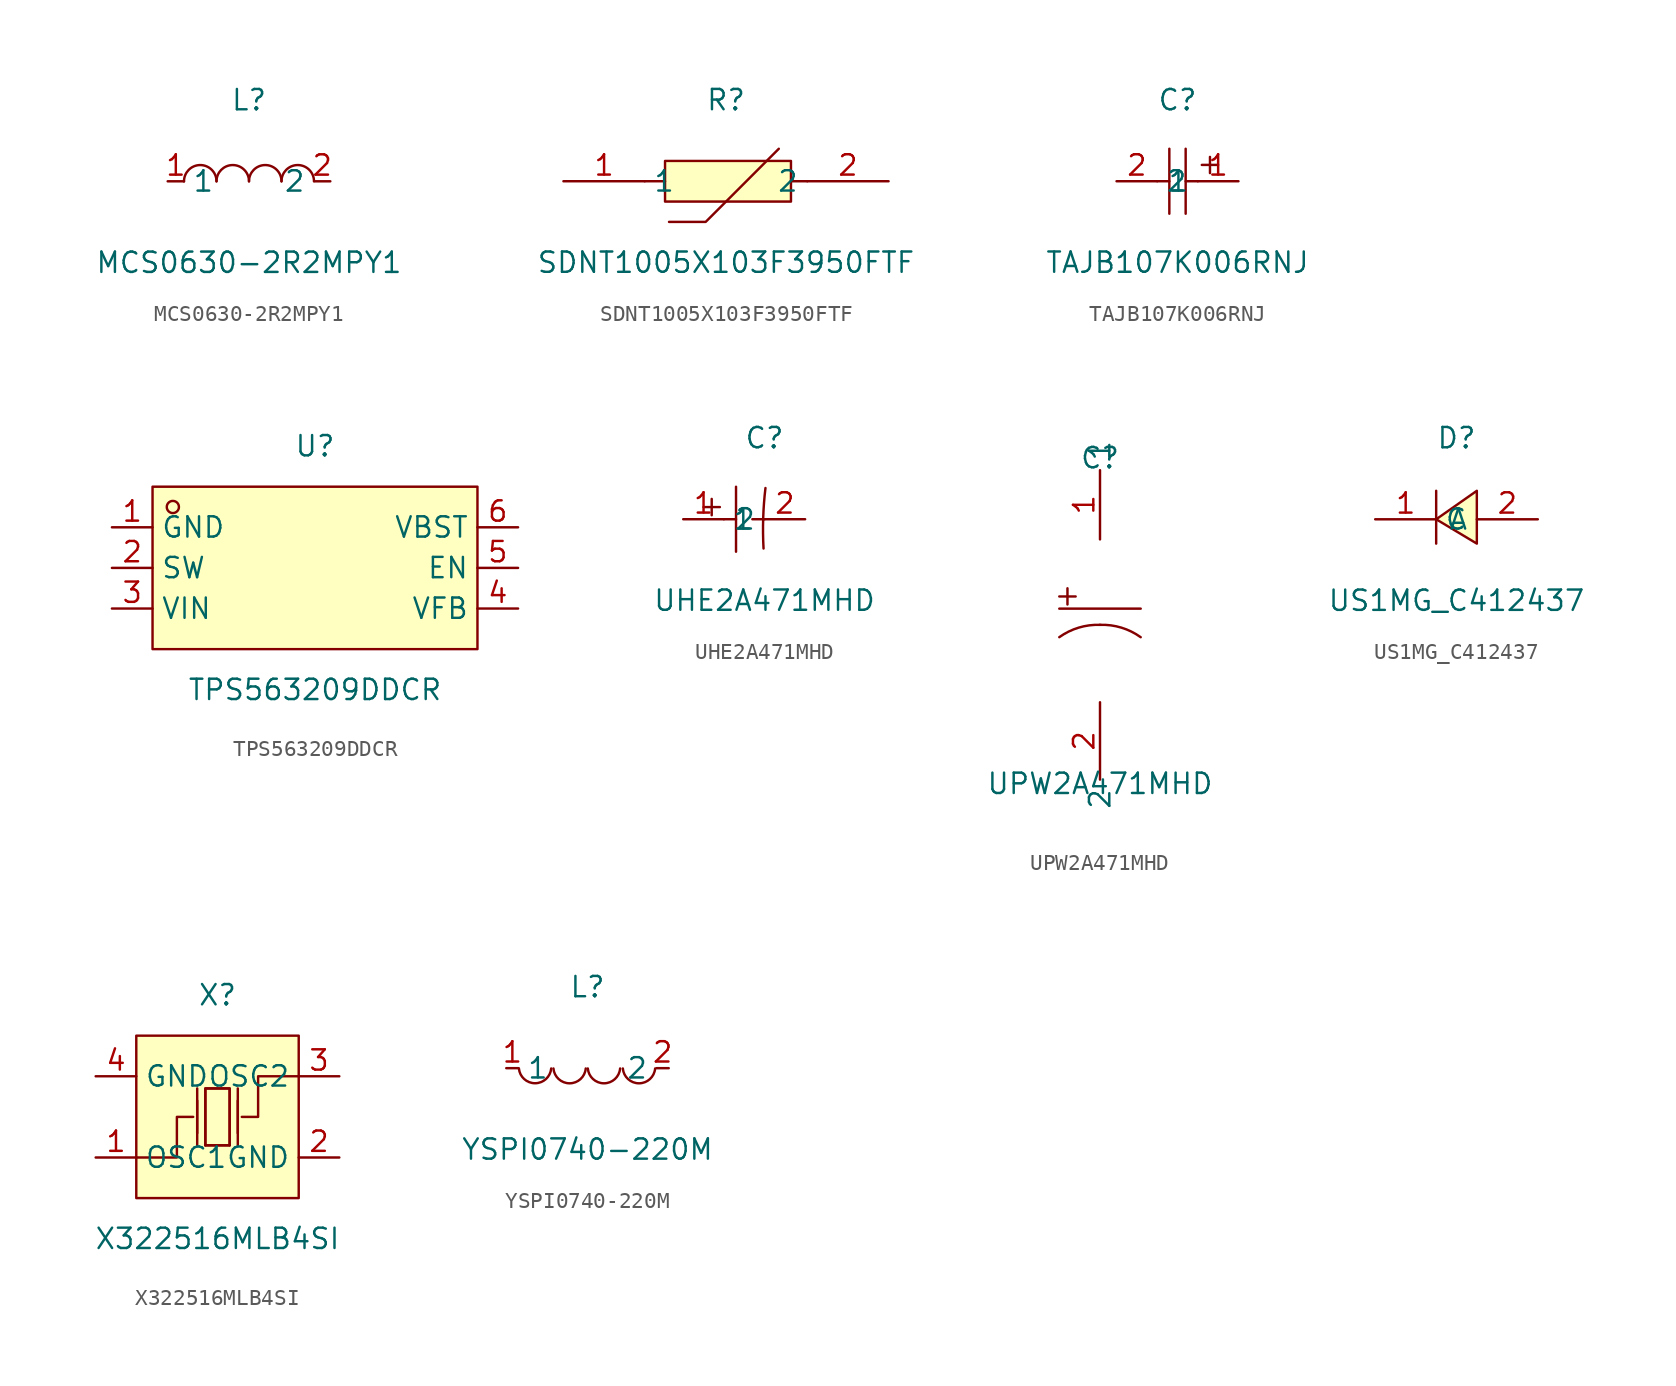
<source format=kicad_sym>
(kicad_symbol_lib
  (version 20211014)
  (generator https://github.com/uPesy/easyeda2kicad.py)
  (symbol "MCS0630-2R2MPY1"
    (property "Reference" "L"
      (at 0 5.08 0)
      (effects (font (size 1.27 1.27))))
    (property "Value" "MCS0630-2R2MPY1"
      (at 0 -5.08 0)
      (effects (font (size 1.27 1.27))))
    (symbol "MCS0630-2R2MPY1_0_1"
      (arc (start -2.03 0.01) (mid -3.055 1.013) (end -4.06 -0.01) (stroke (width 0) (type default) (color 0 0 0 0)) (fill (type none)))
      (arc (start 0 0.01) (mid -1.025 1.013) (end -2.03 -0.01) (stroke (width 0) (type default) (color 0 0 0 0)) (fill (type none)))
      (arc (start 2.03 0.01) (mid 1.005 1.013) (end 0 -0.01) (stroke (width 0) (type default) (color 0 0 0 0)) (fill (type none)))
      (arc (start 4.06 0.01) (mid 3.035 1.013) (end 2.03 -0.01) (stroke (width 0) (type default) (color 0 0 0 0)) (fill (type none)))
      (pin unspecified line (at -5.08 0 0) (length 1.016) (name "1" (effects (font (size 1.27 1.27)))) (number "1" (effects (font (size 1.27 1.27)))))
      (pin unspecified line (at 5.08 0 180) (length 1.016) (name "2" (effects (font (size 1.27 1.27)))) (number "2" (effects (font (size 1.27 1.27)))))))
  (symbol "SDNT1005X103F3950FTF"
    (property "Reference" "R"
      (at 0 5.08 0)
      (effects (font (size 1.27 1.27))))
    (property "Value" "SDNT1005X103F3950FTF"
      (at 0 -5.08 0)
      (effects (font (size 1.27 1.27))))
    (symbol "SDNT1005X103F3950FTF_0_1"
      (rectangle (start -3.81 1.27) (end 4.06 -1.27) (stroke (width 0) (type default) (color 0 0 0 0)) (fill (type background)))
      (polyline (pts (xy -3.81 0) (xy -5.08 0)) (stroke (width 0) (type default) (color 0 0 0 0)) (fill (type none)))
      (polyline (pts (xy 4.06 0) (xy 5.08 0)) (stroke (width 0) (type default) (color 0 0 0 0)) (fill (type none)))
      (polyline (pts (xy -3.56 -2.54) (xy -1.27 -2.54) (xy 3.3 2.03)) (stroke (width 0) (type default) (color 0 0 0 0)) (fill (type none)))
      (pin unspecified line (at -10.16 0 0) (length 5.08) (name "1" (effects (font (size 1.27 1.27)))) (number "1" (effects (font (size 1.27 1.27)))))
      (pin unspecified line (at 10.16 0 180) (length 5.08) (name "2" (effects (font (size 1.27 1.27)))) (number "2" (effects (font (size 1.27 1.27)))))))
  (symbol "TAJB107K006RNJ"
    (property "Reference" "C"
      (at 0 5.08 0)
      (effects (font (size 1.27 1.27))))
    (property "Value" "TAJB107K006RNJ"
      (at 0 -5.08 0)
      (effects (font (size 1.27 1.27))))
    (symbol "TAJB107K006RNJ_0_1"
      (polyline (pts (xy -0.51 0) (xy -1.27 0)) (stroke (width 0) (type default) (color 0 0 0 0)) (fill (type none)))
      (polyline (pts (xy -0.51 2.03) (xy -0.51 -2.03)) (stroke (width 0) (type default) (color 0 0 0 0)) (fill (type none)))
      (polyline (pts (xy 0.51 2.03) (xy 0.51 -2.03)) (stroke (width 0) (type default) (color 0 0 0 0)) (fill (type none)))
      (polyline (pts (xy 1.27 0) (xy 0.51 0)) (stroke (width 0) (type default) (color 0 0 0 0)) (fill (type none)))
      (polyline (pts (xy 2.03 1.52) (xy 2.03 0.51)) (stroke (width 0) (type default) (color 0 0 0 0)) (fill (type none)))
      (polyline (pts (xy 2.54 1.02) (xy 1.52 1.02)) (stroke (width 0) (type default) (color 0 0 0 0)) (fill (type none)))
      (pin input line (at 3.81 0 180) (length 2.54) (name "1" (effects (font (size 1.27 1.27)))) (number "1" (effects (font (size 1.27 1.27)))))
      (pin input line (at -3.81 0 0) (length 2.54) (name "2" (effects (font (size 1.27 1.27)))) (number "2" (effects (font (size 1.27 1.27)))))))
  (symbol "TPS563209DDCR"
    (property "Reference" "U"
      (at 0 7.62 0)
      (effects (font (size 1.27 1.27))))
    (property "Value" "TPS563209DDCR"
      (at 0 -7.62 0)
      (effects (font (size 1.27 1.27))))
    (symbol "TPS563209DDCR_0_1"
      (rectangle (start -10.16 5.08) (end 10.16 -5.08) (stroke (width 0) (type default) (color 0 0 0 0)) (fill (type background)))
      (circle (center -8.89 3.81) (radius 0.38) (stroke (width 0) (type default) (color 0 0 0 0)) (fill (type none)))
      (pin unspecified line (at -12.7 2.54 0) (length 2.54) (name "GND" (effects (font (size 1.27 1.27)))) (number "1" (effects (font (size 1.27 1.27)))))
      (pin unspecified line (at -12.7 0 0) (length 2.54) (name "SW" (effects (font (size 1.27 1.27)))) (number "2" (effects (font (size 1.27 1.27)))))
      (pin unspecified line (at -12.7 -2.54 0) (length 2.54) (name "VIN" (effects (font (size 1.27 1.27)))) (number "3" (effects (font (size 1.27 1.27)))))
      (pin unspecified line (at 12.7 -2.54 180) (length 2.54) (name "VFB" (effects (font (size 1.27 1.27)))) (number "4" (effects (font (size 1.27 1.27)))))
      (pin unspecified line (at 12.7 0 180) (length 2.54) (name "EN" (effects (font (size 1.27 1.27)))) (number "5" (effects (font (size 1.27 1.27)))))
      (pin unspecified line (at 12.7 2.54 180) (length 2.54) (name "VBST" (effects (font (size 1.27 1.27)))) (number "6" (effects (font (size 1.27 1.27)))))))
  (symbol "UHE2A471MHD"
    (property "Reference" "C"
      (at 0 5.08 0)
      (effects (font (size 1.27 1.27))))
    (property "Value" "UHE2A471MHD"
      (at 0 -5.08 0)
      (effects (font (size 1.27 1.27))))
    (symbol "UHE2A471MHD_0_1"
      (polyline (pts (xy -3.81 0.76) (xy -2.79 0.76)) (stroke (width 0) (type default) (color 0 0 0 0)) (fill (type none)))
      (polyline (pts (xy -3.3 1.27) (xy -3.3 0.25)) (stroke (width 0) (type default) (color 0 0 0 0)) (fill (type none)))
      (polyline (pts (xy -2.54 0) (xy -1.78 0)) (stroke (width 0) (type default) (color 0 0 0 0)) (fill (type none)))
      (polyline (pts (xy -1.78 2.03) (xy -1.78 -2.03)) (stroke (width 0) (type default) (color 0 0 0 0)) (fill (type none)))
      (polyline (pts (xy -0.76 0) (xy 0 0)) (stroke (width 0) (type default) (color 0 0 0 0)) (fill (type none)))
      (arc (start 0.06 1.95) (mid -0.05 -2) (end -0.06 -1.83) (stroke (width 0) (type default) (color 0 0 0 0)) (fill (type none)))
      (pin input line (at -5.08 0 0) (length 2.54) (name "1" (effects (font (size 1.27 1.27)))) (number "1" (effects (font (size 1.27 1.27)))))
      (pin input line (at 2.54 0 180) (length 2.54) (name "2" (effects (font (size 1.27 1.27)))) (number "2" (effects (font (size 1.27 1.27)))))))
  (symbol "UPW2A471MHD"
    (property "Reference" "C"
      (at 0 10.16 0)
      (effects (font (size 1.27 1.27))))
    (property "Value" "UPW2A471MHD"
      (at 0 -10.16 0)
      (effects (font (size 1.27 1.27))))
    (symbol "UPW2A471MHD_0_1"
      (rectangle (start -2.54 1.52) (end -1.52 1.52) (stroke (width 0) (type default) (color 0 0 0 0)) (fill (type background)))
      (rectangle (start -2.03 2.03) (end -2.03 1.02) (stroke (width 0) (type default) (color 0 0 0 0)) (fill (type background)))
      (arc (start 0 -0.25) (mid -1.3336 -0.4253) (end -2.54 -1.02) (stroke (width 0) (type default) (color 0 0 0 0)) (fill (type none)))
      (polyline (pts (xy -2.54 0.76) (xy 2.54 0.76)) (stroke (width 0) (type default) (color 0 0 0 0)) (fill (type none)))
      (arc (start 2.54 -1.02) (mid 1.334 -0.4238) (end 0 -0.25) (stroke (width 0) (type default) (color 0 0 0 0)) (fill (type none)))
      (pin unspecified line (at 0 5.08 90) (length 4.318) (name "1" (effects (font (size 1.27 1.27)))) (number "1" (effects (font (size 1.27 1.27)))))
      (pin unspecified line (at 0 -5.08 270) (length 4.826) (name "2" (effects (font (size 1.27 1.27)))) (number "2" (effects (font (size 1.27 1.27)))))))
  (symbol "US1MG_C412437"
    (property "Reference" "D"
      (at 0 5.08 0)
      (effects (font (size 1.27 1.27))))
    (property "Value" "US1MG_C412437"
      (at 0 -5.08 0)
      (effects (font (size 1.27 1.27))))
    (symbol "US1MG_C412437_0_1"
      (polyline (pts (xy -1.27 1.78) (xy -1.27 -1.52)) (stroke (width 0) (type default) (color 0 0 0 0)) (fill (type none)))
      (polyline (pts (xy 1.27 -1.52) (xy -1.27 0) (xy 1.27 1.78) (xy 1.27 -1.52)) (stroke (width 0) (type default) (color 0 0 0 0)) (fill (type background)))
      (pin unspecified line (at -5.08 0 0) (length 3.81) (name "C" (effects (font (size 1.27 1.27)))) (number "1" (effects (font (size 1.27 1.27)))))
      (pin unspecified line (at 5.08 0 180) (length 3.81) (name "A" (effects (font (size 1.27 1.27)))) (number "2" (effects (font (size 1.27 1.27)))))))
  (symbol "X322516MLB4SI"
    (property "Reference" "X"
      (at 0 7.62 0)
      (effects (font (size 1.27 1.27))))
    (property "Value" "X322516MLB4SI"
      (at 0 -7.62 0)
      (effects (font (size 1.27 1.27))))
    (symbol "X322516MLB4SI_0_1"
      (rectangle (start -5.08 5.08) (end 5.08 -5.08) (stroke (width 0) (type default) (color 0 0 0 0)) (fill (type background)))
      (polyline (pts (xy -1.27 -1.78) (xy -1.27 1.78)) (stroke (width 0) (type default) (color 0 0 0 0)) (fill (type none)))
      (polyline (pts (xy -1.27 -1.02) (xy -1.27 1.02)) (stroke (width 0) (type default) (color 0 0 0 0)) (fill (type none)))
      (polyline (pts (xy 0.76 -1.78) (xy -0.76 -1.78)) (stroke (width 0) (type default) (color 0 0 0 0)) (fill (type none)))
      (polyline (pts (xy 1.27 -1.78) (xy 1.27 1.78)) (stroke (width 0) (type default) (color 0 0 0 0)) (fill (type none)))
      (polyline (pts (xy 1.27 -1.02) (xy 1.27 1.02)) (stroke (width 0) (type default) (color 0 0 0 0)) (fill (type none)))
      (polyline (pts (xy -5.08 -2.54) (xy -2.54 -2.54) (xy -2.54 0) (xy -1.52 0)) (stroke (width 0) (type default) (color 0 0 0 0)) (fill (type none)))
      (polyline (pts (xy -0.76 -1.78) (xy -0.76 1.78) (xy 0.76 1.78) (xy 0.76 -1.78)) (stroke (width 0) (type default) (color 0 0 0 0)) (fill (type none)))
      (polyline (pts (xy 5.08 2.54) (xy 2.54 2.54) (xy 2.54 0) (xy 1.52 0)) (stroke (width 0) (type default) (color 0 0 0 0)) (fill (type none)))
      (polyline (pts (xy 0.76 1.78) (xy 0.76 -1.78) (xy -0.76 -1.78) (xy -0.76 1.78) (xy 0.76 1.78)) (stroke (width 0) (type default) (color 0 0 0 0)) (fill (type background)))
      (pin unspecified line (at -7.62 -2.54 0) (length 2.54) (name "OSC1" (effects (font (size 1.27 1.27)))) (number "1" (effects (font (size 1.27 1.27)))))
      (pin unspecified line (at 7.62 -2.54 180) (length 2.54) (name "GND" (effects (font (size 1.27 1.27)))) (number "2" (effects (font (size 1.27 1.27)))))
      (pin unspecified line (at 7.62 2.54 180) (length 2.54) (name "OSC2" (effects (font (size 1.27 1.27)))) (number "3" (effects (font (size 1.27 1.27)))))
      (pin unspecified line (at -7.62 2.54 0) (length 2.54) (name "GND" (effects (font (size 1.27 1.27)))) (number "4" (effects (font (size 1.27 1.27)))))))
  (symbol "YSPI0740-220M"
    (property "Reference" "L"
      (at 0 5.08 0)
      (effects (font (size 1.27 1.27))))
    (property "Value" "YSPI0740-220M"
      (at 0 -5.08 0)
      (effects (font (size 1.27 1.27))))
    (symbol "YSPI0740-220M_0_1"
      (arc (start -4.29 -0.02) (mid -2.81 -1.01) (end -2.27 -0.02) (stroke (width 0) (type default) (color 0 0 0 0)) (fill (type none)))
      (arc (start -2.13 -0.02) (mid -0.66 -1.01) (end -0.11 -0.02) (stroke (width 0) (type default) (color 0 0 0 0)) (fill (type none)))
      (arc (start 0.02 -0.02) (mid 1.49 -1.01) (end 2.04 -0.02) (stroke (width 0) (type default) (color 0 0 0 0)) (fill (type none)))
      (arc (start 2.21 -0.02) (mid 3.68 -1.01) (end 4.23 -0.02) (stroke (width 0) (type default) (color 0 0 0 0)) (fill (type none)))
      (pin unspecified line (at -5.08 0 0) (length 0.762) (name "1" (effects (font (size 1.27 1.27)))) (number "1" (effects (font (size 1.27 1.27)))))
      (pin unspecified line (at 5.08 0 180) (length 0.762) (name "2" (effects (font (size 1.27 1.27)))) (number "2" (effects (font (size 1.27 1.27))))))))
</source>
